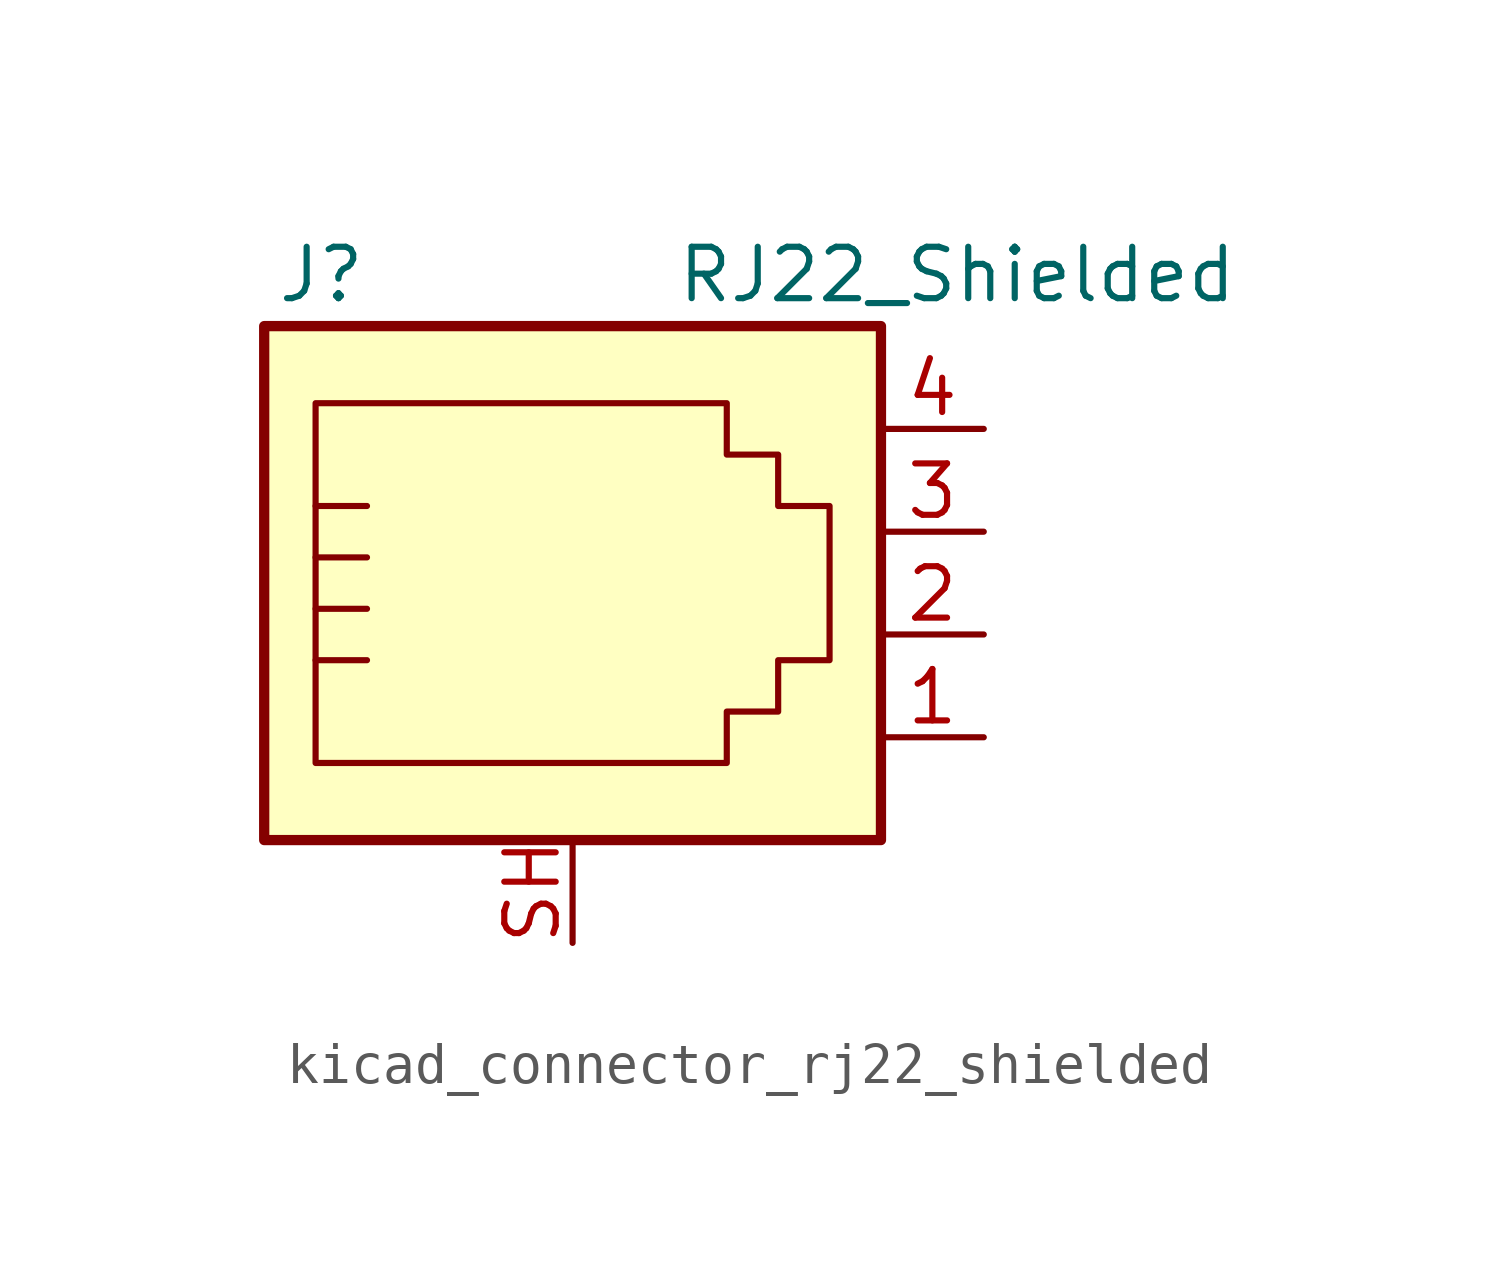
<source format=kicad_sym>
(kicad_symbol_lib
  (version 20220914)
  (generator kicad_symbol_editor)
  (symbol "kicad_connector_rj22_shielded"
    (pin_names
      (offset 1.016))
    (property "Reference" "J"
      (at -5.08 8.89 0)
      (effects (font (size 1.27 1.27)) (justify right)))
    (property "Value" "RJ22_Shielded"
      (at 2.54 8.89 0)
      (effects (font (size 1.27 1.27)) (justify left)))
    (symbol "kicad_connector_rj22_shielded_0_1"
      (polyline (pts (xy -6.35 -0.635) (xy -5.08 -0.635) (xy -5.08 -0.635)) (stroke (width 0) (type default)) (fill (type none)))
      (polyline (pts (xy -6.35 0.635) (xy -5.08 0.635) (xy -5.08 0.635)) (stroke (width 0) (type default)) (fill (type none)))
      (polyline (pts (xy -6.35 1.905) (xy -5.08 1.905) (xy -5.08 1.905)) (stroke (width 0) (type default)) (fill (type none)))
      (polyline (pts (xy -6.35 3.175) (xy -5.08 3.175) (xy -5.08 3.175)) (stroke (width 0) (type default)) (fill (type none)))
      (polyline (pts (xy -6.35 -3.175) (xy -6.35 5.715) (xy -1.27 5.715) (xy 3.81 5.715) (xy 3.81 4.445) (xy 5.08 4.445) (xy 5.08 3.175) (xy 6.35 3.175) (xy 6.35 -0.635) (xy 5.08 -0.635) (xy 5.08 -1.905) (xy 3.81 -1.905) (xy 3.81 -3.175) (xy -6.35 -3.175) (xy -6.35 -3.175)) (stroke (width 0) (type default)) (fill (type none)))
      (rectangle (start 7.62 7.62) (end -7.62 -5.08) (stroke (width 0.254) (type default)) (fill (type background))))
    (symbol "kicad_connector_rj22_shielded_1_1"
      (pin passive line (at 10.16 -2.54 180) (length 2.54) (name "~" (effects (font (size 1.27 1.27)))) (number "1" (effects (font (size 1.27 1.27)))))
      (pin passive line (at 10.16 0 180) (length 2.54) (name "~" (effects (font (size 1.27 1.27)))) (number "2" (effects (font (size 1.27 1.27)))))
      (pin passive line (at 10.16 2.54 180) (length 2.54) (name "~" (effects (font (size 1.27 1.27)))) (number "3" (effects (font (size 1.27 1.27)))))
      (pin passive line (at 10.16 5.08 180) (length 2.54) (name "~" (effects (font (size 1.27 1.27)))) (number "4" (effects (font (size 1.27 1.27)))))
      (pin passive line (at 0 -7.62 90) (length 2.54) (name "~" (effects (font (size 1.27 1.27)))) (number "SH" (effects (font (size 1.27 1.27))))))))
</source>
